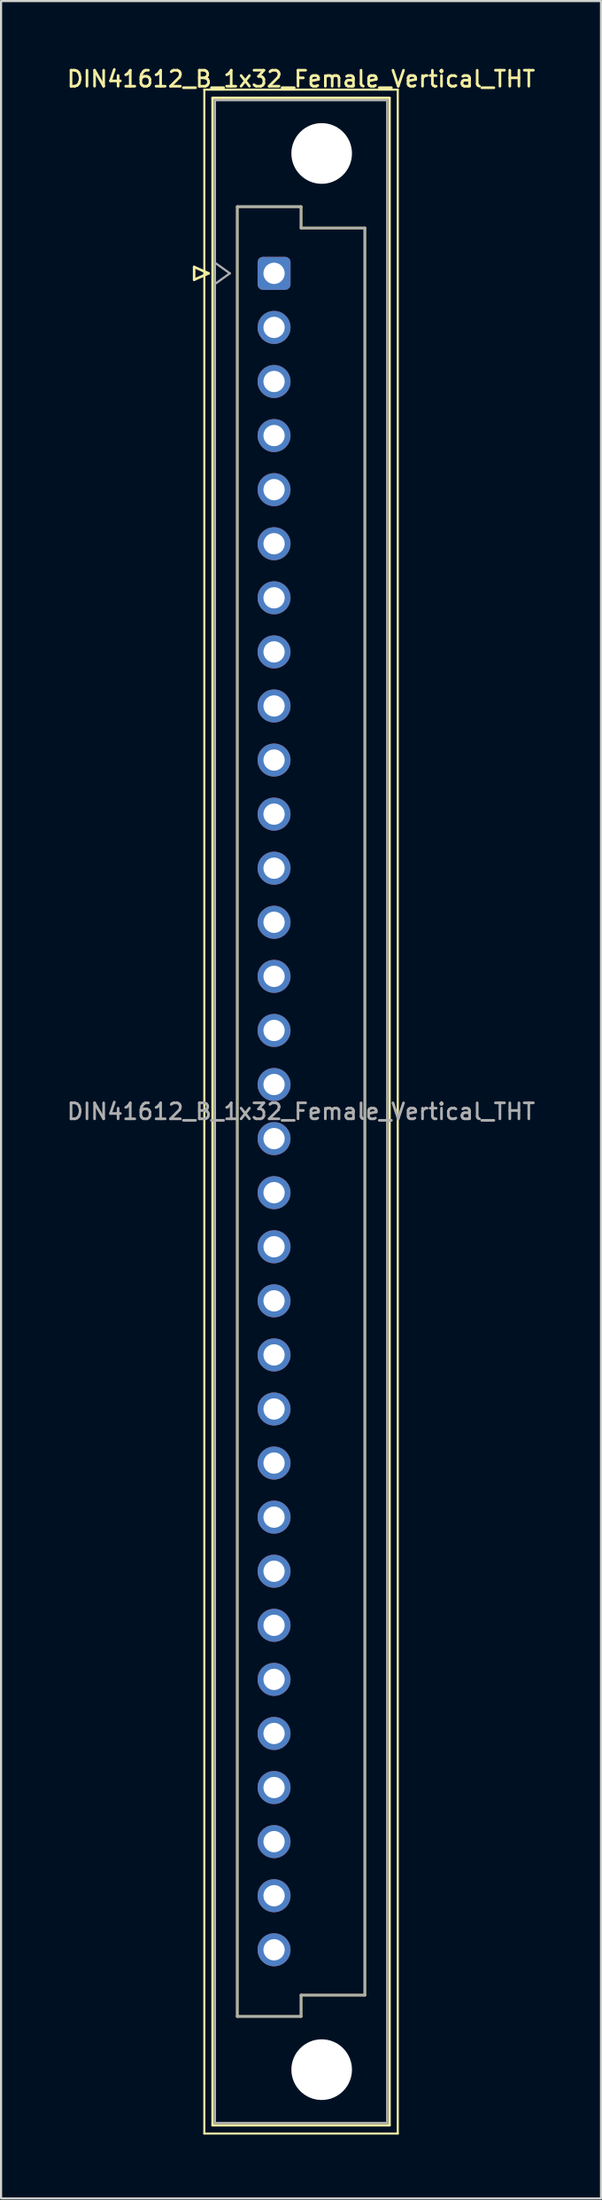
<source format=kicad_pcb>
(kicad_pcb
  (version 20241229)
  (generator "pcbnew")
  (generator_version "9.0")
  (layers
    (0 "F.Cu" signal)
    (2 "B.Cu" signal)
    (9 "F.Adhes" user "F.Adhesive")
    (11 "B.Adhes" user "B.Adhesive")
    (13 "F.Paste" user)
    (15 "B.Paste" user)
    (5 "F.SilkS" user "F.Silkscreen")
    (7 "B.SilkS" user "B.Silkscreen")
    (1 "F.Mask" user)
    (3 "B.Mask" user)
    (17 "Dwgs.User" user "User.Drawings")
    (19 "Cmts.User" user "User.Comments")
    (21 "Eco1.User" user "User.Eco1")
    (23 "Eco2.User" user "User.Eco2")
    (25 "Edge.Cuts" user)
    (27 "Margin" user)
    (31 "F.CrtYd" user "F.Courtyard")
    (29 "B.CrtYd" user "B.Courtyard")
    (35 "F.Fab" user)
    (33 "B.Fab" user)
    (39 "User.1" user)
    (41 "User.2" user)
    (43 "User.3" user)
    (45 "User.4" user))
  (footprint "DIN41612_B_1x32_Female_Vertical_THT"
    (layer "F.Cu")
    (at 9.843 9.788)
    (property "Reference" "DIN41612_B_1x32_Female_Vertical_THT" (at 1.27 -9.13 0) (layer "F.SilkS") (effects (font (size 0.75 0.75) (thickness 0.125))))
    (attr through_hole)
    (fp_line (start -3.76 -0.3) (end -3.76 0.3) (stroke (width 0.12) (type solid)) (layer "F.SilkS"))
    (fp_line (start -3.76 0.3) (end -3.08 0) (stroke (width 0.12) (type solid)) (layer "F.SilkS"))
    (fp_line (start -3.28 -8.63) (end 5.82 -8.63) (stroke (width 0.1) (type solid)) (layer "F.SilkS"))
    (fp_line (start -3.28 87.37) (end -3.28 -8.63) (stroke (width 0.1) (type solid)) (layer "F.SilkS"))
    (fp_line (start -3.08 0) (end -3.76 -0.3) (stroke (width 0.12) (type solid)) (layer "F.SilkS"))
    (fp_line (start -2.89 -8.24) (end 5.43 -8.24) (stroke (width 0.12) (type solid)) (layer "F.SilkS"))
    (fp_line (start -2.89 86.98) (end -2.89 -8.24) (stroke (width 0.12) (type solid)) (layer "F.SilkS"))
    (fp_line (start -1.73 -3.131) (end 1.27 -3.131) (stroke (width 0.12) (type solid)) (layer "F.SilkS"))
    (fp_line (start -1.73 81.87) (end -1.73 -3.131) (stroke (width 0.12) (type solid)) (layer "F.SilkS"))
    (fp_line (start 1.27 -3.131) (end 1.27 -2.131) (stroke (width 0.12) (type solid)) (layer "F.SilkS"))
    (fp_line (start 1.27 -2.131) (end 4.27 -2.131) (stroke (width 0.12) (type solid)) (layer "F.SilkS"))
    (fp_line (start 1.27 80.87) (end 1.27 81.87) (stroke (width 0.12) (type solid)) (layer "F.SilkS"))
    (fp_line (start 1.27 81.87) (end -1.73 81.87) (stroke (width 0.12) (type solid)) (layer "F.SilkS"))
    (fp_line (start 4.27 -2.131) (end 4.27 80.87) (stroke (width 0.12) (type solid)) (layer "F.SilkS"))
    (fp_line (start 4.27 80.87) (end 1.27 80.87) (stroke (width 0.12) (type solid)) (layer "F.SilkS"))
    (fp_line (start 5.43 -8.24) (end 5.43 86.98) (stroke (width 0.12) (type solid)) (layer "F.SilkS"))
    (fp_line (start 5.43 86.98) (end -2.89 86.98) (stroke (width 0.12) (type solid)) (layer "F.SilkS"))
    (fp_line (start 5.82 -8.63) (end 5.82 87.37) (stroke (width 0.1) (type solid)) (layer "F.SilkS"))
    (fp_line (start 5.82 87.37) (end -3.28 87.37) (stroke (width 0.1) (type solid)) (layer "F.SilkS"))
    (fp_line (start -2.78 -8.13) (end 5.32 -8.13) (stroke (width 0.1) (type solid)) (layer "F.Fab"))
    (fp_line (start -2.78 -0.5) (end -2.08 0) (stroke (width 0.1) (type solid)) (layer "F.Fab"))
    (fp_line (start -2.78 86.87) (end -2.78 -8.13) (stroke (width 0.1) (type solid)) (layer "F.Fab"))
    (fp_line (start -2.08 0) (end -2.78 0.5) (stroke (width 0.1) (type solid)) (layer "F.Fab"))
    (fp_line (start -1.73 -3.13) (end 1.27 -3.13) (stroke (width 0.1) (type solid)) (layer "F.Fab"))
    (fp_line (start -1.73 81.87) (end -1.73 -3.13) (stroke (width 0.1) (type solid)) (layer "F.Fab"))
    (fp_line (start 1.27 -3.13) (end 1.27 -2.13) (stroke (width 0.1) (type solid)) (layer "F.Fab"))
    (fp_line (start 1.27 -2.13) (end 4.27 -2.13) (stroke (width 0.1) (type solid)) (layer "F.Fab"))
    (fp_line (start 1.27 80.87) (end 1.27 81.87) (stroke (width 0.1) (type solid)) (layer "F.Fab"))
    (fp_line (start 1.27 81.87) (end -1.73 81.87) (stroke (width 0.1) (type solid)) (layer "F.Fab"))
    (fp_line (start 4.27 -2.13) (end 4.27 80.87) (stroke (width 0.1) (type solid)) (layer "F.Fab"))
    (fp_line (start 4.27 80.87) (end 1.27 80.87) (stroke (width 0.1) (type solid)) (layer "F.Fab"))
    (fp_line (start 5.32 -8.13) (end 5.32 86.87) (stroke (width 0.1) (type solid)) (layer "F.Fab"))
    (fp_line (start 5.32 86.87) (end -2.78 86.87) (stroke (width 0.1) (type solid)) (layer "F.Fab"))
    (fp_text user "${REFERENCE}" (at 1.27 39.37 0) (layer "F.Fab") (effects (font (size 0.75 0.75) (thickness 0.125))))
    (pad "" np_thru_hole circle (at 2.24 -5.63) (size 2.85 2.85) (drill 2.85) (layers "*.Cu" "*.Mask"))
    (pad "" np_thru_hole circle (at 2.24 84.37) (size 2.85 2.85) (drill 2.85) (layers "*.Cu" "*.Mask"))
    (pad "a1" thru_hole roundrect (at 0 0) (size 1.55 1.55) (drill 1) (layers "*.Cu" "*.Mask") (roundrect_rratio 0.161))
    (pad "a2" thru_hole circle (at 0 2.54) (size 1.55 1.55) (drill 1) (layers "*.Cu" "*.Mask"))
    (pad "a3" thru_hole circle (at 0 5.08) (size 1.55 1.55) (drill 1) (layers "*.Cu" "*.Mask"))
    (pad "a4" thru_hole circle (at 0 7.62) (size 1.55 1.55) (drill 1) (layers "*.Cu" "*.Mask"))
    (pad "a5" thru_hole circle (at 0 10.16) (size 1.55 1.55) (drill 1) (layers "*.Cu" "*.Mask"))
    (pad "a6" thru_hole circle (at 0 12.7) (size 1.55 1.55) (drill 1) (layers "*.Cu" "*.Mask"))
    (pad "a7" thru_hole circle (at 0 15.24) (size 1.55 1.55) (drill 1) (layers "*.Cu" "*.Mask"))
    (pad "a8" thru_hole circle (at 0 17.78) (size 1.55 1.55) (drill 1) (layers "*.Cu" "*.Mask"))
    (pad "a9" thru_hole circle (at 0 20.32) (size 1.55 1.55) (drill 1) (layers "*.Cu" "*.Mask"))
    (pad "a10" thru_hole circle (at 0 22.86) (size 1.55 1.55) (drill 1) (layers "*.Cu" "*.Mask"))
    (pad "a11" thru_hole circle (at 0 25.4) (size 1.55 1.55) (drill 1) (layers "*.Cu" "*.Mask"))
    (pad "a12" thru_hole circle (at 0 27.94) (size 1.55 1.55) (drill 1) (layers "*.Cu" "*.Mask"))
    (pad "a13" thru_hole circle (at 0 30.48) (size 1.55 1.55) (drill 1) (layers "*.Cu" "*.Mask"))
    (pad "a14" thru_hole circle (at 0 33.02) (size 1.55 1.55) (drill 1) (layers "*.Cu" "*.Mask"))
    (pad "a15" thru_hole circle (at 0 35.56) (size 1.55 1.55) (drill 1) (layers "*.Cu" "*.Mask"))
    (pad "a16" thru_hole circle (at 0 38.1) (size 1.55 1.55) (drill 1) (layers "*.Cu" "*.Mask"))
    (pad "a17" thru_hole circle (at 0 40.64) (size 1.55 1.55) (drill 1) (layers "*.Cu" "*.Mask"))
    (pad "a18" thru_hole circle (at 0 43.18) (size 1.55 1.55) (drill 1) (layers "*.Cu" "*.Mask"))
    (pad "a19" thru_hole circle (at 0 45.72) (size 1.55 1.55) (drill 1) (layers "*.Cu" "*.Mask"))
    (pad "a20" thru_hole circle (at 0 48.26) (size 1.55 1.55) (drill 1) (layers "*.Cu" "*.Mask"))
    (pad "a21" thru_hole circle (at 0 50.8) (size 1.55 1.55) (drill 1) (layers "*.Cu" "*.Mask"))
    (pad "a22" thru_hole circle (at 0 53.34) (size 1.55 1.55) (drill 1) (layers "*.Cu" "*.Mask"))
    (pad "a23" thru_hole circle (at 0 55.88) (size 1.55 1.55) (drill 1) (layers "*.Cu" "*.Mask"))
    (pad "a24" thru_hole circle (at 0 58.42) (size 1.55 1.55) (drill 1) (layers "*.Cu" "*.Mask"))
    (pad "a25" thru_hole circle (at 0 60.96) (size 1.55 1.55) (drill 1) (layers "*.Cu" "*.Mask"))
    (pad "a26" thru_hole circle (at 0 63.5) (size 1.55 1.55) (drill 1) (layers "*.Cu" "*.Mask"))
    (pad "a27" thru_hole circle (at 0 66.04) (size 1.55 1.55) (drill 1) (layers "*.Cu" "*.Mask"))
    (pad "a28" thru_hole circle (at 0 68.58) (size 1.55 1.55) (drill 1) (layers "*.Cu" "*.Mask"))
    (pad "a29" thru_hole circle (at 0 71.12) (size 1.55 1.55) (drill 1) (layers "*.Cu" "*.Mask"))
    (pad "a30" thru_hole circle (at 0 73.66) (size 1.55 1.55) (drill 1) (layers "*.Cu" "*.Mask"))
    (pad "a31" thru_hole circle (at 0 76.2) (size 1.55 1.55) (drill 1) (layers "*.Cu" "*.Mask"))
    (pad "a32" thru_hole circle (at 0 78.74) (size 1.55 1.55) (drill 1) (layers "*.Cu" "*.Mask")))
  (gr_rect
    (start -3 -3)
    (end 25.225 100.208)
    (stroke (width 0.1) (type default))
    (fill no)
    (layer "Edge.Cuts")))
</source>
